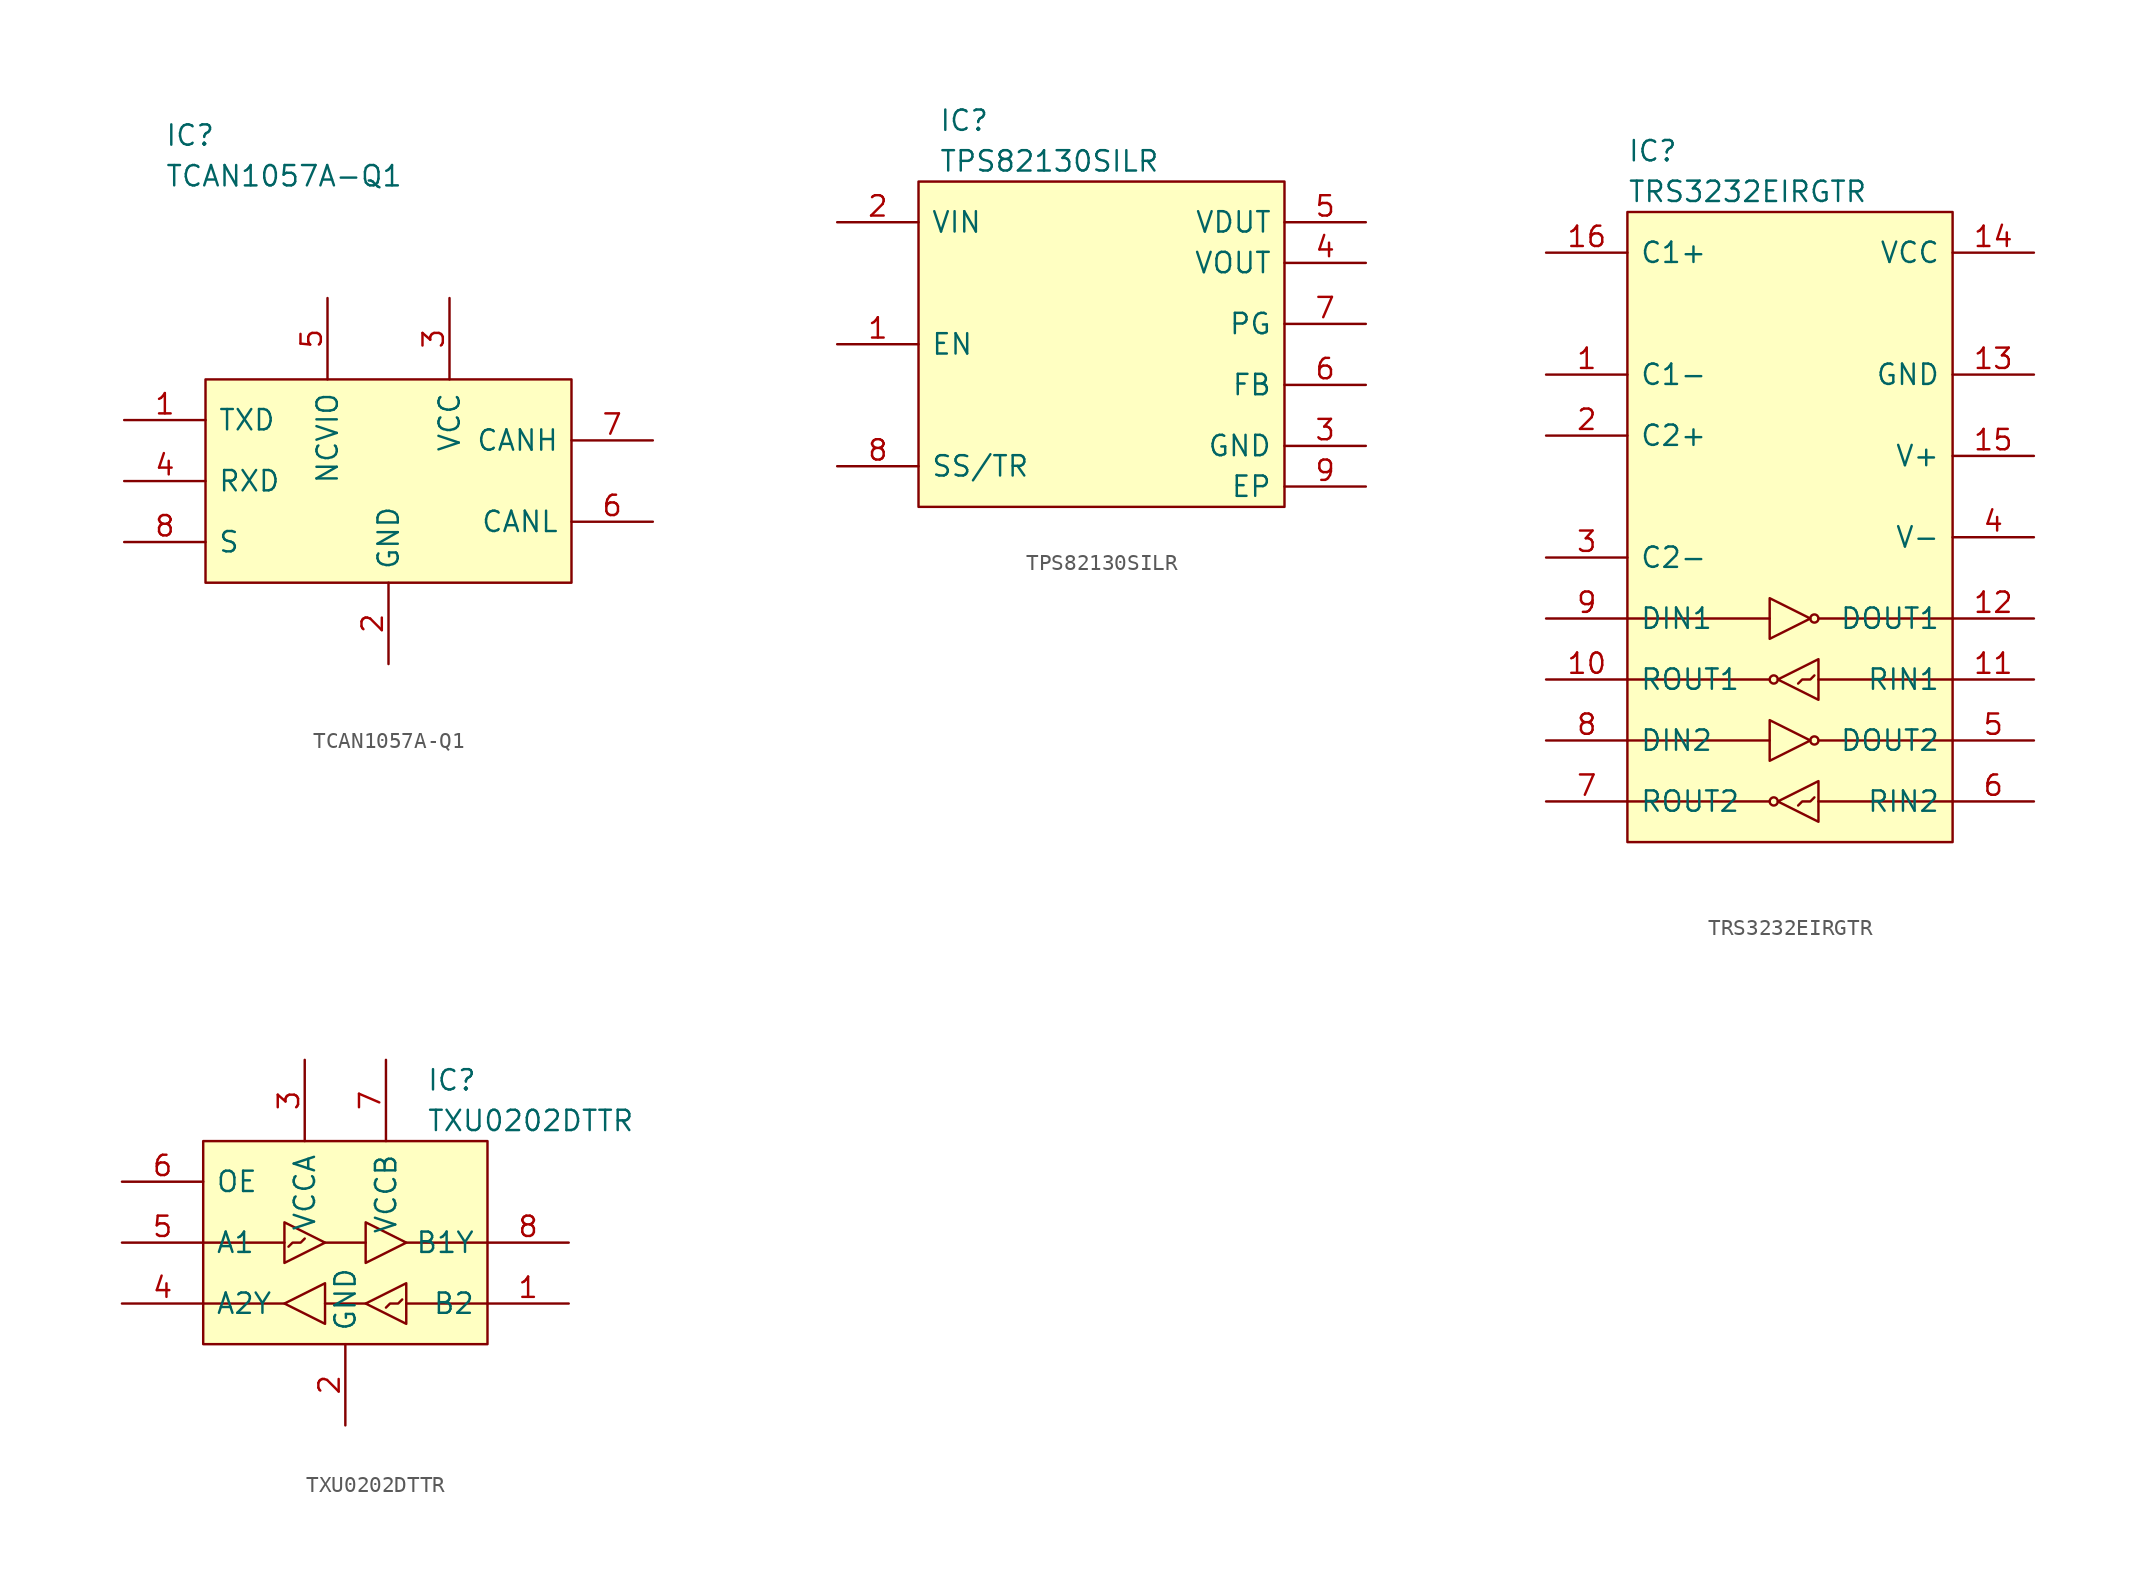
<source format=kicad_sym>
(kicad_symbol_lib
  (version 20220914)
  (generator kicad_symbol_editor)
  (symbol "TCAN1057A-Q1"
    (pin_names
      (offset 0.762))
    (property "Reference" "IC"
      (at -13.97 21.59 0)
      (effects (font (size 1.27 1.27)) (justify left)))
    (property "Value" "TCAN1057A-Q1"
      (at -13.97 19.05 0)
      (effects (font (size 1.27 1.27)) (justify left)))
    (symbol "TCAN1057A-Q1_1_0"
      (pin output line (at -16.51 3.81 0) (length 5.08) (name "TXD" (effects (font (size 1.27 1.27)))) (number "1" (effects (font (size 1.27 1.27)))))
      (pin power_in line (at 0 -11.43 90) (length 5.08) (name "GND" (effects (font (size 1.27 1.27)))) (number "2" (effects (font (size 1.27 1.27)))))
      (pin power_in line (at 3.81 11.43 270) (length 5.08) (name "VCC" (effects (font (size 1.27 1.27)))) (number "3" (effects (font (size 1.27 1.27)))))
      (pin input line (at -16.51 0 0) (length 5.08) (name "RXD" (effects (font (size 1.27 1.27)))) (number "4" (effects (font (size 1.27 1.27)))))
      (pin power_in line (at -3.81 11.43 270) (length 5.08) (name "NCVIO" (effects (font (size 1.27 1.27)))) (number "5" (effects (font (size 1.27 1.27)))))
      (pin bidirectional line (at 16.51 -2.54 180) (length 5.08) (name "CANL" (effects (font (size 1.27 1.27)))) (number "6" (effects (font (size 1.27 1.27)))))
      (pin bidirectional line (at 16.51 2.54 180) (length 5.08) (name "CANH" (effects (font (size 1.27 1.27)))) (number "7" (effects (font (size 1.27 1.27)))))
      (pin input line (at -16.51 -3.81 0) (length 5.08) (name "S" (effects (font (size 1.27 1.27)))) (number "8" (effects (font (size 1.27 1.27)))))
      (pin power_in line (at 0 -11.43 90) (length 5.08) hide (name "GND" (effects (font (size 1.27 1.27)))) (number "9" (effects (font (size 1.27 1.27))))))
    (symbol "TCAN1057A-Q1_1_1"
      (rectangle (start -11.43 6.35) (end 11.43 -6.35) (stroke (width 0) (type default)) (fill (type background)))))
  (symbol "TPS82130SILR"
    (pin_names
      (offset 0.762))
    (property "Reference" "IC"
      (at -10.16 13.97 0)
      (effects (font (size 1.27 1.27)) (justify left)))
    (property "Value" "TPS82130SILR"
      (at -10.16 11.43 0)
      (effects (font (size 1.27 1.27)) (justify left)))
    (symbol "TPS82130SILR_0_0"
      (pin passive line (at -16.51 0 0) (length 5.08) (name "EN" (effects (font (size 1.27 1.27)))) (number "1" (effects (font (size 1.27 1.27)))))
      (pin passive line (at -16.51 7.62 0) (length 5.08) (name "VIN" (effects (font (size 1.27 1.27)))) (number "2" (effects (font (size 1.27 1.27)))))
      (pin passive line (at 16.51 -6.35 180) (length 5.08) (name "GND" (effects (font (size 1.27 1.27)))) (number "3" (effects (font (size 1.27 1.27)))))
      (pin passive line (at 16.51 5.08 180) (length 5.08) (name "VOUT" (effects (font (size 1.27 1.27)))) (number "4" (effects (font (size 1.27 1.27)))))
      (pin passive line (at 16.51 7.62 180) (length 5.08) (name "VDUT" (effects (font (size 1.27 1.27)))) (number "5" (effects (font (size 1.27 1.27)))))
      (pin passive line (at 16.51 -2.54 180) (length 5.08) (name "FB" (effects (font (size 1.27 1.27)))) (number "6" (effects (font (size 1.27 1.27)))))
      (pin passive line (at 16.51 1.27 180) (length 5.08) (name "PG" (effects (font (size 1.27 1.27)))) (number "7" (effects (font (size 1.27 1.27)))))
      (pin passive line (at -16.51 -7.62 0) (length 5.08) (name "SS/TR" (effects (font (size 1.27 1.27)))) (number "8" (effects (font (size 1.27 1.27))))))
    (symbol "TPS82130SILR_1_0"
      (pin passive line (at 16.51 -8.89 180) (length 5.08) (name "EP" (effects (font (size 1.27 1.27)))) (number "9" (effects (font (size 1.27 1.27))))))
    (symbol "TPS82130SILR_1_1"
      (rectangle (start -11.43 10.16) (end 11.43 -10.16) (stroke (width 0) (type default)) (fill (type background)))))
  (symbol "TRS3232EIRGTR"
    (pin_names
      (offset 0.762))
    (property "Reference" "IC"
      (at -10.16 24.13 0)
      (effects (font (size 1.27 1.27)) (justify left)))
    (property "Value" "TRS3232EIRGTR"
      (at -10.16 21.59 0)
      (effects (font (size 1.27 1.27)) (justify left)))
    (symbol "TRS3232EIRGTR_0_0"
      (pin passive line (at 15.24 5.08 180) (length 5.08) (name "V+" (effects (font (size 1.27 1.27)))) (number "15" (effects (font (size 1.27 1.27)))))
      (pin passive line (at 15.24 0 180) (length 5.08) (name "V-" (effects (font (size 1.27 1.27)))) (number "4" (effects (font (size 1.27 1.27))))))
    (symbol "TRS3232EIRGTR_0_1"
      (circle (center -1.016 -16.51) (radius 0.254) (stroke (width 0) (type default)) (fill (type none)))
      (circle (center -1.016 -8.89) (radius 0.254) (stroke (width 0) (type default)) (fill (type none)))
      (polyline (pts (xy -1.27 -16.51) (xy -10.16 -16.51)) (stroke (width 0) (type default)) (fill (type none)))
      (polyline (pts (xy -1.27 -12.7) (xy -10.16 -12.7)) (stroke (width 0) (type default)) (fill (type none)))
      (polyline (pts (xy -1.27 -8.89) (xy -10.16 -8.89)) (stroke (width 0) (type default)) (fill (type none)))
      (polyline (pts (xy -1.27 -5.08) (xy -10.16 -5.08)) (stroke (width 0) (type default)) (fill (type none)))
      (polyline (pts (xy 1.778 -16.51) (xy 10.16 -16.51)) (stroke (width 0) (type default)) (fill (type none)))
      (polyline (pts (xy 1.778 -12.7) (xy 10.16 -12.7)) (stroke (width 0) (type default)) (fill (type none)))
      (polyline (pts (xy 1.778 -8.89) (xy 10.16 -8.89)) (stroke (width 0) (type default)) (fill (type none)))
      (polyline (pts (xy 1.778 -5.08) (xy 10.16 -5.08)) (stroke (width 0) (type default)) (fill (type none)))
      (polyline (pts (xy -0.762 -16.51) (xy 1.778 -15.24) (xy 1.778 -17.78) (xy -0.762 -16.51)) (stroke (width 0) (type default)) (fill (type none)))
      (polyline (pts (xy -0.762 -8.89) (xy 1.778 -7.62) (xy 1.778 -10.16) (xy -0.762 -8.89)) (stroke (width 0) (type default)) (fill (type none)))
      (polyline (pts (xy 0.508 -16.764) (xy 0.762 -16.51) (xy 1.27 -16.51) (xy 1.524 -16.256)) (stroke (width 0) (type default)) (fill (type none)))
      (polyline (pts (xy 0.508 -9.144) (xy 0.762 -8.89) (xy 1.27 -8.89) (xy 1.524 -8.636)) (stroke (width 0) (type default)) (fill (type none)))
      (polyline (pts (xy 1.27 -12.7) (xy -1.27 -13.97) (xy -1.27 -11.43) (xy 1.27 -12.7)) (stroke (width 0) (type default)) (fill (type none)))
      (polyline (pts (xy 1.27 -5.08) (xy -1.27 -6.35) (xy -1.27 -3.81) (xy 1.27 -5.08)) (stroke (width 0) (type default)) (fill (type none)))
      (circle (center 1.524 -12.7) (radius 0.254) (stroke (width 0) (type default)) (fill (type none)))
      (circle (center 1.524 -5.08) (radius 0.254) (stroke (width 0) (type default)) (fill (type none))))
    (symbol "TRS3232EIRGTR_1_0"
      (pin bidirectional line (at -15.24 10.16 0) (length 5.08) (name "C1-" (effects (font (size 1.27 1.27)))) (number "1" (effects (font (size 1.27 1.27)))))
      (pin output line (at -15.24 -8.89 0) (length 5.08) (name "ROUT1" (effects (font (size 1.27 1.27)))) (number "10" (effects (font (size 1.27 1.27)))))
      (pin input line (at 15.24 -8.89 180) (length 5.08) (name "RIN1" (effects (font (size 1.27 1.27)))) (number "11" (effects (font (size 1.27 1.27)))))
      (pin output line (at 15.24 -5.08 180) (length 5.08) (name "DOUT1" (effects (font (size 1.27 1.27)))) (number "12" (effects (font (size 1.27 1.27)))))
      (pin power_in line (at 15.24 10.16 180) (length 5.08) (name "GND" (effects (font (size 1.27 1.27)))) (number "13" (effects (font (size 1.27 1.27)))))
      (pin power_in line (at 15.24 17.78 180) (length 5.08) (name "VCC" (effects (font (size 1.27 1.27)))) (number "14" (effects (font (size 1.27 1.27)))))
      (pin bidirectional line (at -15.24 17.78 0) (length 5.08) (name "C1+" (effects (font (size 1.27 1.27)))) (number "16" (effects (font (size 1.27 1.27)))))
      (pin power_in line (at 15.24 10.16 180) (length 5.08) hide (name "GND" (effects (font (size 1.27 1.27)))) (number "17" (effects (font (size 1.27 1.27)))))
      (pin bidirectional line (at -15.24 6.35 0) (length 5.08) (name "C2+" (effects (font (size 1.27 1.27)))) (number "2" (effects (font (size 1.27 1.27)))))
      (pin bidirectional line (at -15.24 -1.27 0) (length 5.08) (name "C2-" (effects (font (size 1.27 1.27)))) (number "3" (effects (font (size 1.27 1.27)))))
      (pin output line (at 15.24 -12.7 180) (length 5.08) (name "DOUT2" (effects (font (size 1.27 1.27)))) (number "5" (effects (font (size 1.27 1.27)))))
      (pin input line (at 15.24 -16.51 180) (length 5.08) (name "RIN2" (effects (font (size 1.27 1.27)))) (number "6" (effects (font (size 1.27 1.27)))))
      (pin output line (at -15.24 -16.51 0) (length 5.08) (name "ROUT2" (effects (font (size 1.27 1.27)))) (number "7" (effects (font (size 1.27 1.27)))))
      (pin input line (at -15.24 -12.7 0) (length 5.08) (name "DIN2" (effects (font (size 1.27 1.27)))) (number "8" (effects (font (size 1.27 1.27)))))
      (pin input line (at -15.24 -5.08 0) (length 5.08) (name "DIN1" (effects (font (size 1.27 1.27)))) (number "9" (effects (font (size 1.27 1.27))))))
    (symbol "TRS3232EIRGTR_1_1"
      (rectangle (start -10.16 20.32) (end 10.16 -19.05) (stroke (width 0) (type default)) (fill (type background)))))
  (symbol "TXU0202DTTR"
    (pin_names
      (offset 0.762))
    (property "Reference" "IC"
      (at 5.08 10.16 0)
      (effects (font (size 1.27 1.27)) (justify left)))
    (property "Value" "TXU0202DTTR"
      (at 5.08 7.62 0)
      (effects (font (size 1.27 1.27)) (justify left)))
    (symbol "TXU0202DTTR_0_1"
      (polyline (pts (xy -3.81 -3.81) (xy -8.89 -3.81)) (stroke (width 0) (type default)) (fill (type none)))
      (polyline (pts (xy -3.81 0) (xy -8.89 0)) (stroke (width 0) (type default)) (fill (type none)))
      (polyline (pts (xy 1.27 -3.81) (xy -1.27 -3.81)) (stroke (width 0) (type default)) (fill (type none)))
      (polyline (pts (xy 1.27 0) (xy -1.27 0)) (stroke (width 0) (type default)) (fill (type none)))
      (polyline (pts (xy 3.81 0) (xy 8.89 0)) (stroke (width 0) (type default)) (fill (type none)))
      (polyline (pts (xy 8.89 -3.81) (xy 3.81 -3.81) (xy 5.08 -3.81)) (stroke (width 0) (type default)) (fill (type none)))
      (polyline (pts (xy -3.81 -3.81) (xy -1.27 -2.54) (xy -1.27 -5.08) (xy -3.81 -3.81)) (stroke (width 0) (type default)) (fill (type none)))
      (polyline (pts (xy -2.54 0.254) (xy -2.794 0) (xy -3.302 0) (xy -3.556 -0.254)) (stroke (width 0) (type default)) (fill (type none)))
      (polyline (pts (xy -1.27 0) (xy -3.81 -1.27) (xy -3.81 1.27) (xy -1.27 0)) (stroke (width 0) (type default)) (fill (type none)))
      (polyline (pts (xy 1.27 -3.81) (xy 3.81 -2.54) (xy 3.81 -5.08) (xy 1.27 -3.81)) (stroke (width 0) (type default)) (fill (type none)))
      (polyline (pts (xy 2.54 -4.064) (xy 2.794 -3.81) (xy 3.302 -3.81) (xy 3.556 -3.556)) (stroke (width 0) (type default)) (fill (type none)))
      (polyline (pts (xy 3.81 0) (xy 1.27 -1.27) (xy 1.27 1.27) (xy 3.81 0)) (stroke (width 0) (type default)) (fill (type none))))
    (symbol "TXU0202DTTR_1_0"
      (pin input line (at 13.97 -3.81 180) (length 5.08) (name "B2" (effects (font (size 1.27 1.27)))) (number "1" (effects (font (size 1.27 1.27)))))
      (pin passive line (at 0 -11.43 90) (length 5.08) (name "GND" (effects (font (size 1.27 1.27)))) (number "2" (effects (font (size 1.27 1.27)))))
      (pin passive line (at -2.54 11.43 270) (length 5.08) (name "VCCA" (effects (font (size 1.27 1.27)))) (number "3" (effects (font (size 1.27 1.27)))))
      (pin output line (at -13.97 -3.81 0) (length 5.08) (name "A2Y" (effects (font (size 1.27 1.27)))) (number "4" (effects (font (size 1.27 1.27)))))
      (pin input line (at -13.97 0 0) (length 5.08) (name "A1" (effects (font (size 1.27 1.27)))) (number "5" (effects (font (size 1.27 1.27)))))
      (pin input line (at -13.97 3.81 0) (length 5.08) (name "OE" (effects (font (size 1.27 1.27)))) (number "6" (effects (font (size 1.27 1.27)))))
      (pin passive line (at 2.54 11.43 270) (length 5.08) (name "VCCB" (effects (font (size 1.27 1.27)))) (number "7" (effects (font (size 1.27 1.27)))))
      (pin output line (at 13.97 0 180) (length 5.08) (name "B1Y" (effects (font (size 1.27 1.27)))) (number "8" (effects (font (size 1.27 1.27))))))
    (symbol "TXU0202DTTR_1_1"
      (rectangle (start -8.89 6.35) (end 8.89 -6.35) (stroke (width 0) (type default)) (fill (type background))))))
</source>
